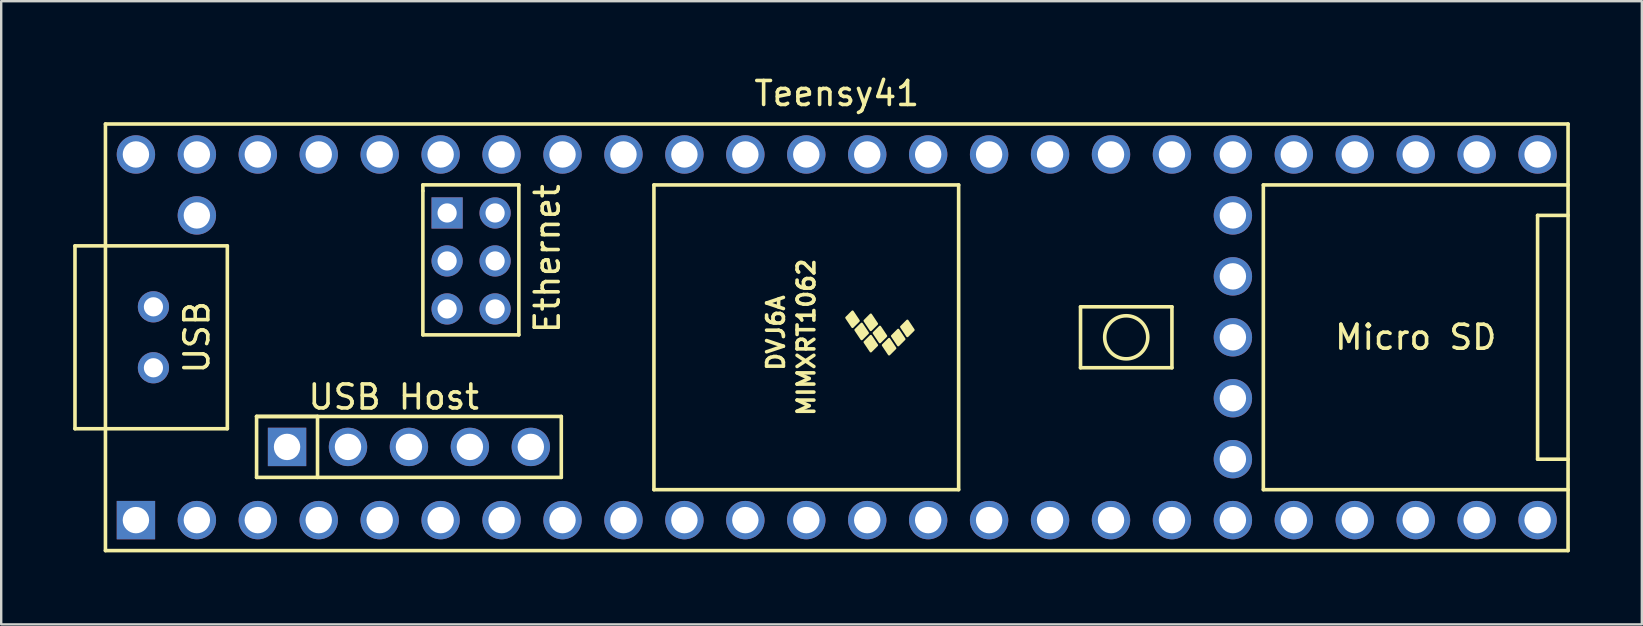
<source format=kicad_pcb>
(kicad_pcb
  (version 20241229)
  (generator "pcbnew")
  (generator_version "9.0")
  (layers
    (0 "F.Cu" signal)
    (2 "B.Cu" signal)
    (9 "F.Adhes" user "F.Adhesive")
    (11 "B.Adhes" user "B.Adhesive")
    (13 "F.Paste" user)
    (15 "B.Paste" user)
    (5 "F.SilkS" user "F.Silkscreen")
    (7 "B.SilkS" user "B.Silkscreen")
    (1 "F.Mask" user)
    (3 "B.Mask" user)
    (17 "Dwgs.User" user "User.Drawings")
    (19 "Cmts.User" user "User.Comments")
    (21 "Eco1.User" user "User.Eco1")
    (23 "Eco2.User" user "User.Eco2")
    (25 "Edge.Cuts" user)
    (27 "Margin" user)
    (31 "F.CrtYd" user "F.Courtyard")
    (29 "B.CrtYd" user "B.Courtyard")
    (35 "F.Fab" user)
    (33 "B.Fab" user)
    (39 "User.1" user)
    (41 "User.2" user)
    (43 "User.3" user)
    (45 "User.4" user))
  (footprint "Teensy41"
    (layer "F.Cu")
    (at 31.825 11.008)
    (property "Reference" "Teensy41" (at 0 -10.16 0) (layer "F.SilkS") (effects (font (size 1 1) (thickness 0.15))))
    (attr through_hole)
    (fp_line (start -31.75 -3.81) (end -30.48 -3.81) (stroke (width 0.15) (type solid)) (layer "F.SilkS"))
    (fp_line (start -31.75 3.81) (end -31.75 -3.81) (stroke (width 0.15) (type solid)) (layer "F.SilkS"))
    (fp_line (start -30.48 -8.89) (end 30.48 -8.89) (stroke (width 0.15) (type solid)) (layer "F.SilkS"))
    (fp_line (start -30.48 3.81) (end -31.75 3.81) (stroke (width 0.15) (type solid)) (layer "F.SilkS"))
    (fp_line (start -30.48 8.89) (end -30.48 -8.89) (stroke (width 0.15) (type solid)) (layer "F.SilkS"))
    (fp_line (start -25.4 -3.81) (end -30.48 -3.81) (stroke (width 0.15) (type solid)) (layer "F.SilkS"))
    (fp_line (start -25.4 3.81) (end -30.48 3.81) (stroke (width 0.15) (type solid)) (layer "F.SilkS"))
    (fp_line (start -25.4 3.81) (end -25.4 -3.81) (stroke (width 0.15) (type solid)) (layer "F.SilkS"))
    (fp_line (start -24.181 3.299) (end -21.641 3.299) (stroke (width 0.15) (type solid)) (layer "F.SilkS"))
    (fp_line (start -24.181 3.299) (end -11.481 3.299) (stroke (width 0.15) (type solid)) (layer "F.SilkS"))
    (fp_line (start -24.181 5.839) (end -24.181 3.299) (stroke (width 0.15) (type solid)) (layer "F.SilkS"))
    (fp_line (start -21.641 3.299) (end -21.641 5.839) (stroke (width 0.15) (type solid)) (layer "F.SilkS"))
    (fp_line (start -17.25 -6.352) (end -17.25 -6.102) (stroke (width 0.15) (type solid)) (layer "F.SilkS"))
    (fp_line (start -17.25 -6.102) (end -17.25 -0.102) (stroke (width 0.15) (type solid)) (layer "F.SilkS"))
    (fp_line (start -17.25 -0.102) (end -13.25 -0.102) (stroke (width 0.15) (type solid)) (layer "F.SilkS"))
    (fp_line (start -13.25 -6.352) (end -17.25 -6.352) (stroke (width 0.15) (type solid)) (layer "F.SilkS"))
    (fp_line (start -13.25 -0.102) (end -13.25 -6.352) (stroke (width 0.15) (type solid)) (layer "F.SilkS"))
    (fp_line (start -11.481 3.299) (end -11.481 5.839) (stroke (width 0.15) (type solid)) (layer "F.SilkS"))
    (fp_line (start -11.481 5.839) (end -24.181 5.839) (stroke (width 0.15) (type solid)) (layer "F.SilkS"))
    (fp_line (start -7.62 -6.35) (end -7.62 6.35) (stroke (width 0.15) (type solid)) (layer "F.SilkS"))
    (fp_line (start -7.62 6.35) (end 5.08 6.35) (stroke (width 0.15) (type solid)) (layer "F.SilkS"))
    (fp_line (start 5.08 -6.35) (end -7.62 -6.35) (stroke (width 0.15) (type solid)) (layer "F.SilkS"))
    (fp_line (start 5.08 6.35) (end 5.08 -6.35) (stroke (width 0.15) (type solid)) (layer "F.SilkS"))
    (fp_line (start 10.16 -1.27) (end 13.97 -1.27) (stroke (width 0.15) (type solid)) (layer "F.SilkS"))
    (fp_line (start 10.16 1.27) (end 10.16 -1.27) (stroke (width 0.15) (type solid)) (layer "F.SilkS"))
    (fp_line (start 13.97 -1.27) (end 13.97 1.27) (stroke (width 0.15) (type solid)) (layer "F.SilkS"))
    (fp_line (start 13.97 1.27) (end 10.16 1.27) (stroke (width 0.15) (type solid)) (layer "F.SilkS"))
    (fp_line (start 17.78 -6.35) (end 17.78 6.35) (stroke (width 0.15) (type solid)) (layer "F.SilkS"))
    (fp_line (start 17.78 6.35) (end 30.48 6.35) (stroke (width 0.15) (type solid)) (layer "F.SilkS"))
    (fp_line (start 29.21 -5.08) (end 29.21 5.08) (stroke (width 0.15) (type solid)) (layer "F.SilkS"))
    (fp_line (start 29.21 5.08) (end 30.48 5.08) (stroke (width 0.15) (type solid)) (layer "F.SilkS"))
    (fp_line (start 30.48 -8.89) (end 30.48 8.89) (stroke (width 0.15) (type solid)) (layer "F.SilkS"))
    (fp_line (start 30.48 -6.35) (end 17.78 -6.35) (stroke (width 0.15) (type solid)) (layer "F.SilkS"))
    (fp_line (start 30.48 -5.08) (end 29.21 -5.08) (stroke (width 0.15) (type solid)) (layer "F.SilkS"))
    (fp_line (start 30.48 8.89) (end -30.48 8.89) (stroke (width 0.15) (type solid)) (layer "F.SilkS"))
    (fp_circle (center 12.065 0) (end 12.7 -0.635) (stroke (width 0.15) (type solid)) (fill no) (layer "F.SilkS"))
    (fp_poly (pts (xy 0.911 -0.688) (xy 0.657 -0.434) (xy 0.403 -0.815) (xy 0.657 -1.069)) (stroke (width 0.1) (type solid)) (fill yes) (layer "F.SilkS"))
    (fp_poly (pts (xy 1.292 -0.18) (xy 1.038 0.074) (xy 0.784 -0.307) (xy 1.038 -0.561)) (stroke (width 0.1) (type solid)) (fill yes) (layer "F.SilkS"))
    (fp_poly (pts (xy 1.673 -0.561) (xy 1.419 -0.307) (xy 1.165 -0.688) (xy 1.419 -0.942)) (stroke (width 0.1) (type solid)) (fill yes) (layer "F.SilkS"))
    (fp_poly (pts (xy 1.673 0.328) (xy 1.419 0.582) (xy 1.165 0.201) (xy 1.419 -0.053)) (stroke (width 0.1) (type solid)) (fill yes) (layer "F.SilkS"))
    (fp_poly (pts (xy 2.054 -0.053) (xy 1.8 0.201) (xy 1.546 -0.18) (xy 1.8 -0.434)) (stroke (width 0.1) (type solid)) (fill yes) (layer "F.SilkS"))
    (fp_poly (pts (xy 2.435 0.455) (xy 2.181 0.709) (xy 1.927 0.328) (xy 2.181 0.074)) (stroke (width 0.1) (type solid)) (fill yes) (layer "F.SilkS"))
    (fp_poly (pts (xy 2.816 0.074) (xy 2.562 0.328) (xy 2.308 -0.053) (xy 2.562 -0.307)) (stroke (width 0.1) (type solid)) (fill yes) (layer "F.SilkS"))
    (fp_poly (pts (xy 3.197 -0.307) (xy 2.943 -0.053) (xy 2.689 -0.434) (xy 2.943 -0.688)) (stroke (width 0.1) (type solid)) (fill yes) (layer "F.SilkS"))
    (fp_text user "DVJ6A" (at -2.54 -0.18 270) (layer "F.SilkS") (effects (font (size 0.7 0.7) (thickness 0.15))))
    (fp_text user "Ethernet" (at -12.065 -3.277 90) (layer "F.SilkS") (effects (font (size 1 1) (thickness 0.15))))
    (fp_text user "USB" (at -26.67 0 270) (layer "F.SilkS") (effects (font (size 1 1) (thickness 0.15))))
    (fp_text user "MIMXRT1062" (at -1.27 0 270) (layer "F.SilkS") (effects (font (size 0.7 0.7) (thickness 0.15))))
    (fp_text user "Micro SD" (at 24.13 0 0) (layer "F.SilkS") (effects (font (size 1 1) (thickness 0.15))))
    (fp_text user "USB Host" (at -18.466 2.489 0) (layer "F.SilkS") (effects (font (size 1 1) (thickness 0.15))))
    (pad "1" thru_hole rect (at -29.21 7.62) (size 1.6 1.6) (drill 1.1) (layers "*.Cu" "*.Mask"))
    (pad "2" thru_hole circle (at -26.67 7.62) (size 1.6 1.6) (drill 1.1) (layers "*.Cu" "*.Mask"))
    (pad "3" thru_hole circle (at -24.13 7.62) (size 1.6 1.6) (drill 1.1) (layers "*.Cu" "*.Mask"))
    (pad "4" thru_hole circle (at -21.59 7.62) (size 1.6 1.6) (drill 1.1) (layers "*.Cu" "*.Mask"))
    (pad "5" thru_hole circle (at -19.05 7.62) (size 1.6 1.6) (drill 1.1) (layers "*.Cu" "*.Mask"))
    (pad "6" thru_hole circle (at -16.51 7.62) (size 1.6 1.6) (drill 1.1) (layers "*.Cu" "*.Mask"))
    (pad "7" thru_hole circle (at -13.97 7.62) (size 1.6 1.6) (drill 1.1) (layers "*.Cu" "*.Mask"))
    (pad "8" thru_hole circle (at -11.43 7.62) (size 1.6 1.6) (drill 1.1) (layers "*.Cu" "*.Mask"))
    (pad "9" thru_hole circle (at -8.89 7.62) (size 1.6 1.6) (drill 1.1) (layers "*.Cu" "*.Mask"))
    (pad "10" thru_hole circle (at -6.35 7.62) (size 1.6 1.6) (drill 1.1) (layers "*.Cu" "*.Mask"))
    (pad "11" thru_hole circle (at -3.81 7.62) (size 1.6 1.6) (drill 1.1) (layers "*.Cu" "*.Mask"))
    (pad "12" thru_hole circle (at -1.27 7.62) (size 1.6 1.6) (drill 1.1) (layers "*.Cu" "*.Mask"))
    (pad "13" thru_hole circle (at 1.27 7.62) (size 1.6 1.6) (drill 1.1) (layers "*.Cu" "*.Mask"))
    (pad "14" thru_hole circle (at 3.81 7.62) (size 1.6 1.6) (drill 1.1) (layers "*.Cu" "*.Mask"))
    (pad "15" thru_hole circle (at 6.35 7.62) (size 1.6 1.6) (drill 1.1) (layers "*.Cu" "*.Mask"))
    (pad "16" thru_hole circle (at 8.89 7.62) (size 1.6 1.6) (drill 1.1) (layers "*.Cu" "*.Mask"))
    (pad "17" thru_hole circle (at 11.43 7.62) (size 1.6 1.6) (drill 1.1) (layers "*.Cu" "*.Mask"))
    (pad "18" thru_hole circle (at 13.97 7.62) (size 1.6 1.6) (drill 1.1) (layers "*.Cu" "*.Mask"))
    (pad "19" thru_hole circle (at 16.51 7.62) (size 1.6 1.6) (drill 1.1) (layers "*.Cu" "*.Mask"))
    (pad "20" thru_hole circle (at 19.05 7.62) (size 1.6 1.6) (drill 1.1) (layers "*.Cu" "*.Mask"))
    (pad "21" thru_hole circle (at 21.59 7.62) (size 1.6 1.6) (drill 1.1) (layers "*.Cu" "*.Mask"))
    (pad "22" thru_hole circle (at 24.13 7.62) (size 1.6 1.6) (drill 1.1) (layers "*.Cu" "*.Mask"))
    (pad "23" thru_hole circle (at 26.67 7.62) (size 1.6 1.6) (drill 1.1) (layers "*.Cu" "*.Mask"))
    (pad "24" thru_hole circle (at 29.21 7.62) (size 1.6 1.6) (drill 1.1) (layers "*.Cu" "*.Mask"))
    (pad "25" thru_hole circle (at 29.21 -7.62) (size 1.6 1.6) (drill 1.1) (layers "*.Cu" "*.Mask"))
    (pad "26" thru_hole circle (at 26.67 -7.62) (size 1.6 1.6) (drill 1.1) (layers "*.Cu" "*.Mask"))
    (pad "27" thru_hole circle (at 24.13 -7.62) (size 1.6 1.6) (drill 1.1) (layers "*.Cu" "*.Mask"))
    (pad "28" thru_hole circle (at 21.59 -7.62) (size 1.6 1.6) (drill 1.1) (layers "*.Cu" "*.Mask"))
    (pad "29" thru_hole circle (at 19.05 -7.62) (size 1.6 1.6) (drill 1.1) (layers "*.Cu" "*.Mask"))
    (pad "30" thru_hole circle (at 16.51 -7.62) (size 1.6 1.6) (drill 1.1) (layers "*.Cu" "*.Mask"))
    (pad "31" thru_hole circle (at 13.97 -7.62) (size 1.6 1.6) (drill 1.1) (layers "*.Cu" "*.Mask"))
    (pad "32" thru_hole circle (at 11.43 -7.62) (size 1.6 1.6) (drill 1.1) (layers "*.Cu" "*.Mask"))
    (pad "33" thru_hole circle (at 8.89 -7.62) (size 1.6 1.6) (drill 1.1) (layers "*.Cu" "*.Mask"))
    (pad "34" thru_hole circle (at 6.35 -7.62) (size 1.6 1.6) (drill 1.1) (layers "*.Cu" "*.Mask"))
    (pad "35" thru_hole circle (at 3.81 -7.62) (size 1.6 1.6) (drill 1.1) (layers "*.Cu" "*.Mask"))
    (pad "36" thru_hole circle (at 1.27 -7.62) (size 1.6 1.6) (drill 1.1) (layers "*.Cu" "*.Mask"))
    (pad "37" thru_hole circle (at -1.27 -7.62) (size 1.6 1.6) (drill 1.1) (layers "*.Cu" "*.Mask"))
    (pad "38" thru_hole circle (at -3.81 -7.62) (size 1.6 1.6) (drill 1.1) (layers "*.Cu" "*.Mask"))
    (pad "39" thru_hole circle (at -6.35 -7.62) (size 1.6 1.6) (drill 1.1) (layers "*.Cu" "*.Mask"))
    (pad "40" thru_hole circle (at -8.89 -7.62) (size 1.6 1.6) (drill 1.1) (layers "*.Cu" "*.Mask"))
    (pad "41" thru_hole circle (at -11.43 -7.62) (size 1.6 1.6) (drill 1.1) (layers "*.Cu" "*.Mask"))
    (pad "42" thru_hole circle (at -13.97 -7.62) (size 1.6 1.6) (drill 1.1) (layers "*.Cu" "*.Mask"))
    (pad "43" thru_hole circle (at -16.51 -7.62) (size 1.6 1.6) (drill 1.1) (layers "*.Cu" "*.Mask"))
    (pad "44" thru_hole circle (at -19.05 -7.62) (size 1.6 1.6) (drill 1.1) (layers "*.Cu" "*.Mask"))
    (pad "45" thru_hole circle (at -21.59 -7.62) (size 1.6 1.6) (drill 1.1) (layers "*.Cu" "*.Mask"))
    (pad "46" thru_hole circle (at -24.13 -7.62) (size 1.6 1.6) (drill 1.1) (layers "*.Cu" "*.Mask"))
    (pad "47" thru_hole circle (at -26.67 -7.62) (size 1.6 1.6) (drill 1.1) (layers "*.Cu" "*.Mask"))
    (pad "48" thru_hole circle (at -29.21 -7.62) (size 1.6 1.6) (drill 1.1) (layers "*.Cu" "*.Mask"))
    (pad "49" thru_hole circle (at -26.67 -5.08) (size 1.6 1.6) (drill 1.1) (layers "*.Cu" "*.Mask"))
    (pad "50" thru_hole circle (at 16.51 5.08) (size 1.6 1.6) (drill 1.1) (layers "*.Cu" "*.Mask"))
    (pad "51" thru_hole circle (at 16.51 2.54) (size 1.6 1.6) (drill 1.1) (layers "*.Cu" "*.Mask"))
    (pad "52" thru_hole circle (at 16.51 0) (size 1.6 1.6) (drill 1.1) (layers "*.Cu" "*.Mask"))
    (pad "53" thru_hole circle (at 16.51 -2.54) (size 1.6 1.6) (drill 1.1) (layers "*.Cu" "*.Mask"))
    (pad "54" thru_hole circle (at 16.51 -5.08) (size 1.6 1.6) (drill 1.1) (layers "*.Cu" "*.Mask"))
    (pad "55" thru_hole rect (at -22.911 4.569) (size 1.6 1.6) (drill 1.1) (layers "*.Cu" "*.Mask"))
    (pad "56" thru_hole circle (at -20.371 4.569) (size 1.6 1.6) (drill 1.1) (layers "*.Cu" "*.Mask"))
    (pad "57" thru_hole circle (at -17.831 4.569) (size 1.6 1.6) (drill 1.1) (layers "*.Cu" "*.Mask"))
    (pad "58" thru_hole circle (at -15.291 4.569) (size 1.6 1.6) (drill 1.1) (layers "*.Cu" "*.Mask"))
    (pad "59" thru_hole circle (at -12.751 4.569) (size 1.6 1.6) (drill 1.1) (layers "*.Cu" "*.Mask"))
    (pad "60" thru_hole rect (at -16.24 -5.182) (size 1.3 1.3) (drill 0.8) (layers "*.Cu" "*.Mask"))
    (pad "61" thru_hole circle (at -16.24 -3.182) (size 1.3 1.3) (drill 0.8) (layers "*.Cu" "*.Mask"))
    (pad "62" thru_hole circle (at -16.24 -1.182) (size 1.3 1.3) (drill 0.8) (layers "*.Cu" "*.Mask"))
    (pad "63" thru_hole circle (at -14.24 -1.182) (size 1.3 1.3) (drill 0.8) (layers "*.Cu" "*.Mask"))
    (pad "64" thru_hole circle (at -14.24 -3.182) (size 1.3 1.3) (drill 0.8) (layers "*.Cu" "*.Mask"))
    (pad "65" thru_hole circle (at -14.24 -5.182) (size 1.3 1.3) (drill 0.8) (layers "*.Cu" "*.Mask"))
    (pad "66" thru_hole circle (at -28.48 -1.27) (size 1.3 1.3) (drill 0.8) (layers "*.Cu" "*.Mask"))
    (pad "67" thru_hole circle (at -28.48 1.27) (size 1.3 1.3) (drill 0.8) (layers "*.Cu" "*.Mask")))
  (gr_rect
    (start -3 -3)
    (end 65.38 22.973)
    (stroke (width 0.1) (type default))
    (fill no)
    (layer "Edge.Cuts")))
</source>
